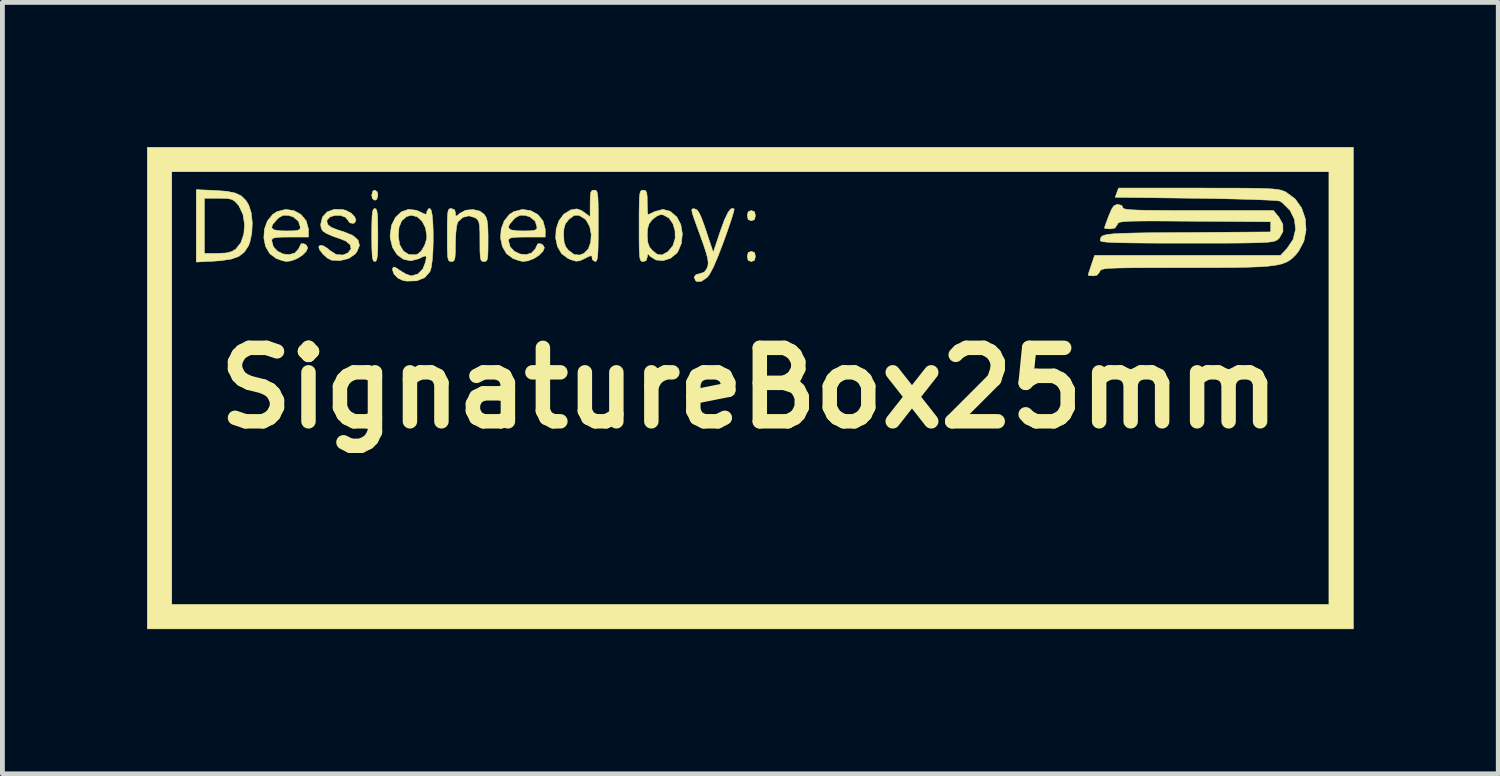
<source format=kicad_pcb>
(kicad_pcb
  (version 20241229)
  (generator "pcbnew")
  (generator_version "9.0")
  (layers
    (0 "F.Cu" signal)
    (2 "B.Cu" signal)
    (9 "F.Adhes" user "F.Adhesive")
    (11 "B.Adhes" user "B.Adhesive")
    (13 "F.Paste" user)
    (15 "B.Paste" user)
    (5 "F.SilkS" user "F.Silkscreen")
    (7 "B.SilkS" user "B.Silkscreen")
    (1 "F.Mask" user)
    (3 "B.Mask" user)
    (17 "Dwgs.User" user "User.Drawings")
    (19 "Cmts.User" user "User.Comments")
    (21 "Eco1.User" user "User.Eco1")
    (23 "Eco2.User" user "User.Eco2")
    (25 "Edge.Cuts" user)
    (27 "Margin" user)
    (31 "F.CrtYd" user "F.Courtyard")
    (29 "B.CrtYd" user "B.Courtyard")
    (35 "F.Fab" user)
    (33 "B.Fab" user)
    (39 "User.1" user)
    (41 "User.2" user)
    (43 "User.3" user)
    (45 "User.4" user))
  (footprint "SignatureBox25mm"
    (layer "F.Cu")
    (at 12.493 5)
    (property "Reference" "SignatureBox25mm" (at 0 0 0) (layer "F.SilkS") (effects (font (size 1.524 1.524) (thickness 0.3))))
    (attr through_hole)
    (fp_poly (pts (xy -7.717 -4.07) (xy -7.705 -4) (xy -7.727 -3.915) (xy -7.768 -3.895) (xy -7.819 -3.931) (xy -7.832 -4) (xy -7.81 -4.086) (xy -7.768 -4.106) (xy -7.717 -4.07)) (stroke (width 0.01) (type solid)) (fill yes) (layer "F.SilkS"))
    (fp_poly (pts (xy 0.109 -3.658) (xy 0.127 -3.577) (xy 0.107 -3.494) (xy 0.042 -3.471) (xy -0.024 -3.496) (xy -0.042 -3.577) (xy -0.022 -3.66) (xy 0.042 -3.683) (xy 0.109 -3.658)) (stroke (width 0.01) (type solid)) (fill yes) (layer "F.SilkS"))
    (fp_poly (pts (xy 0.109 -2.812) (xy 0.127 -2.731) (xy 0.107 -2.648) (xy 0.042 -2.625) (xy -0.024 -2.649) (xy -0.042 -2.731) (xy -0.022 -2.813) (xy 0.042 -2.836) (xy 0.109 -2.812)) (stroke (width 0.01) (type solid)) (fill yes) (layer "F.SilkS"))
    (fp_poly (pts (xy 12.531 4.995) (xy -12.488 4.995) (xy -12.488 -4.487) (xy -11.98 -4.487) (xy -11.98 4.487) (xy 12.023 4.487) (xy 12.023 -4.487) (xy -11.98 -4.487) (xy -12.488 -4.487) (xy -12.488 -4.995) (xy 12.531 -4.995) (xy 12.531 4.995)) (stroke (width 0.01) (type solid)) (fill yes) (layer "F.SilkS"))
    (fp_poly (pts (xy -7.742 -3.713) (xy -7.724 -3.668) (xy -7.712 -3.577) (xy -7.707 -3.429) (xy -7.705 -3.21) (xy -7.705 -3.175) (xy -7.706 -2.946) (xy -7.711 -2.789) (xy -7.722 -2.691) (xy -7.739 -2.641) (xy -7.764 -2.625) (xy -7.768 -2.625) (xy -7.795 -2.637) (xy -7.813 -2.682) (xy -7.824 -2.773) (xy -7.83 -2.921) (xy -7.832 -3.14) (xy -7.832 -3.175) (xy -7.83 -3.404) (xy -7.825 -3.561) (xy -7.815 -3.659) (xy -7.797 -3.709) (xy -7.772 -3.725) (xy -7.768 -3.725) (xy -7.742 -3.713)) (stroke (width 0.01) (type solid)) (fill yes) (layer "F.SilkS"))
    (fp_poly (pts (xy -11.076 -4.099) (xy -10.835 -4.081) (xy -10.661 -4.045) (xy -10.536 -3.985) (xy -10.443 -3.893) (xy -10.385 -3.799) (xy -10.332 -3.637) (xy -10.31 -3.431) (xy -10.32 -3.213) (xy -10.362 -3.019) (xy -10.389 -2.951) (xy -10.473 -2.823) (xy -10.587 -2.733) (xy -10.748 -2.675) (xy -10.97 -2.642) (xy -11.102 -2.633) (xy -11.472 -2.614) (xy -11.472 -3.937) (xy -11.303 -3.937) (xy -11.303 -2.794) (xy -11.034 -2.794) (xy -10.859 -2.802) (xy -10.74 -2.83) (xy -10.654 -2.881) (xy -10.547 -3.015) (xy -10.485 -3.196) (xy -10.47 -3.399) (xy -10.503 -3.601) (xy -10.585 -3.776) (xy -10.611 -3.81) (xy -10.674 -3.877) (xy -10.739 -3.916) (xy -10.831 -3.933) (xy -10.976 -3.937) (xy -11.01 -3.937) (xy -11.303 -3.937) (xy -11.472 -3.937) (xy -11.472 -4.116) (xy -11.076 -4.099)) (stroke (width 0.01) (type solid)) (fill yes) (layer "F.SilkS"))
    (fp_poly (pts (xy -0.321 -3.721) (xy -0.314 -3.715) (xy -0.321 -3.67) (xy -0.353 -3.56) (xy -0.406 -3.398) (xy -0.476 -3.197) (xy -0.531 -3.043) (xy -0.649 -2.734) (xy -0.748 -2.503) (xy -0.828 -2.354) (xy -0.873 -2.297) (xy -0.993 -2.215) (xy -1.086 -2.21) (xy -1.115 -2.23) (xy -1.145 -2.3) (xy -1.105 -2.355) (xy -1.036 -2.371) (xy -0.933 -2.405) (xy -0.88 -2.479) (xy -0.859 -2.538) (xy -0.853 -2.604) (xy -0.864 -2.69) (xy -0.896 -2.811) (xy -0.951 -2.979) (xy -1.033 -3.207) (xy -1.073 -3.315) (xy -1.14 -3.5) (xy -1.18 -3.62) (xy -1.194 -3.687) (xy -1.185 -3.716) (xy -1.154 -3.72) (xy -1.135 -3.718) (xy -1.089 -3.698) (xy -1.046 -3.645) (xy -0.998 -3.545) (xy -0.938 -3.384) (xy -0.896 -3.26) (xy -0.748 -2.815) (xy -0.602 -3.252) (xy -0.515 -3.49) (xy -0.44 -3.646) (xy -0.376 -3.722) (xy -0.321 -3.721)) (stroke (width 0.01) (type solid)) (fill yes) (layer "F.SilkS"))
    (fp_poly (pts (xy -8.436 -3.704) (xy -8.369 -3.686) (xy -8.261 -3.63) (xy -8.187 -3.556) (xy -8.159 -3.482) (xy -8.187 -3.428) (xy -8.214 -3.416) (xy -8.291 -3.428) (xy -8.32 -3.476) (xy -8.378 -3.545) (xy -8.477 -3.58) (xy -8.592 -3.582) (xy -8.694 -3.552) (xy -8.756 -3.492) (xy -8.763 -3.456) (xy -8.743 -3.392) (xy -8.676 -3.337) (xy -8.547 -3.284) (xy -8.415 -3.243) (xy -8.225 -3.166) (xy -8.115 -3.07) (xy -8.086 -2.957) (xy -8.14 -2.828) (xy -8.181 -2.777) (xy -8.311 -2.688) (xy -8.485 -2.645) (xy -8.667 -2.653) (xy -8.752 -2.697) (xy -8.843 -2.778) (xy -8.912 -2.868) (xy -8.932 -2.927) (xy -8.904 -2.963) (xy -8.834 -2.95) (xy -8.744 -2.894) (xy -8.703 -2.857) (xy -8.569 -2.77) (xy -8.427 -2.76) (xy -8.322 -2.807) (xy -8.261 -2.888) (xy -8.278 -2.972) (xy -8.367 -3.048) (xy -8.446 -3.082) (xy -8.641 -3.151) (xy -8.769 -3.206) (xy -8.844 -3.256) (xy -8.879 -3.311) (xy -8.89 -3.381) (xy -8.89 -3.401) (xy -8.854 -3.548) (xy -8.756 -3.654) (xy -8.611 -3.708) (xy -8.436 -3.704)) (stroke (width 0.01) (type solid)) (fill yes) (layer "F.SilkS"))
    (fp_poly (pts (xy -9.446 -3.681) (xy -9.297 -3.599) (xy -9.191 -3.468) (xy -9.145 -3.3) (xy -9.144 -3.278) (xy -9.144 -3.133) (xy -9.525 -3.133) (xy -9.707 -3.131) (xy -9.82 -3.123) (xy -9.881 -3.107) (xy -9.904 -3.079) (xy -9.906 -3.057) (xy -9.873 -2.932) (xy -9.787 -2.839) (xy -9.67 -2.782) (xy -9.544 -2.768) (xy -9.429 -2.801) (xy -9.348 -2.887) (xy -9.335 -2.921) (xy -9.296 -2.994) (xy -9.237 -2.993) (xy -9.192 -2.968) (xy -9.16 -2.911) (xy -9.191 -2.837) (xy -9.269 -2.758) (xy -9.377 -2.688) (xy -9.5 -2.64) (xy -9.605 -2.626) (xy -9.689 -2.644) (xy -9.802 -2.684) (xy -9.812 -2.688) (xy -9.948 -2.789) (xy -10.034 -2.937) (xy -10.07 -3.113) (xy -10.058 -3.297) (xy -10.048 -3.325) (xy -9.909 -3.325) (xy -9.857 -3.282) (xy -9.73 -3.263) (xy -9.61 -3.26) (xy -9.453 -3.262) (xy -9.363 -3.273) (xy -9.322 -3.298) (xy -9.313 -3.336) (xy -9.352 -3.461) (xy -9.459 -3.55) (xy -9.554 -3.581) (xy -9.664 -3.586) (xy -9.754 -3.539) (xy -9.797 -3.499) (xy -9.887 -3.395) (xy -9.909 -3.325) (xy -10.048 -3.325) (xy -9.996 -3.467) (xy -9.886 -3.603) (xy -9.797 -3.66) (xy -9.618 -3.706) (xy -9.446 -3.681)) (stroke (width 0.01) (type solid)) (fill yes) (layer "F.SilkS"))
    (fp_poly (pts (xy -6.111 -3.697) (xy -6.096 -3.634) (xy -6.092 -3.572) (xy -6.065 -3.573) (xy -6.008 -3.623) (xy -5.882 -3.689) (xy -5.731 -3.704) (xy -5.588 -3.67) (xy -5.499 -3.603) (xy -5.461 -3.544) (xy -5.437 -3.464) (xy -5.424 -3.346) (xy -5.419 -3.171) (xy -5.419 -3.064) (xy -5.42 -2.867) (xy -5.425 -2.74) (xy -5.437 -2.667) (xy -5.459 -2.634) (xy -5.494 -2.625) (xy -5.503 -2.625) (xy -5.542 -2.63) (xy -5.567 -2.658) (xy -5.58 -2.723) (xy -5.587 -2.841) (xy -5.588 -3.026) (xy -5.588 -3.047) (xy -5.589 -3.241) (xy -5.596 -3.368) (xy -5.611 -3.447) (xy -5.638 -3.495) (xy -5.682 -3.531) (xy -5.688 -3.535) (xy -5.815 -3.573) (xy -5.943 -3.541) (xy -6.043 -3.449) (xy -6.051 -3.434) (xy -6.072 -3.354) (xy -6.087 -3.215) (xy -6.095 -3.044) (xy -6.096 -2.987) (xy -6.098 -2.812) (xy -6.105 -2.704) (xy -6.122 -2.648) (xy -6.152 -2.627) (xy -6.181 -2.625) (xy -6.215 -2.629) (xy -6.239 -2.652) (xy -6.254 -2.707) (xy -6.262 -2.807) (xy -6.265 -2.966) (xy -6.265 -3.175) (xy -6.265 -3.4) (xy -6.261 -3.553) (xy -6.253 -3.649) (xy -6.237 -3.701) (xy -6.213 -3.722) (xy -6.181 -3.725) (xy -6.111 -3.697)) (stroke (width 0.01) (type solid)) (fill yes) (layer "F.SilkS"))
    (fp_poly (pts (xy -4.535 -3.681) (xy -4.386 -3.599) (xy -4.28 -3.468) (xy -4.234 -3.3) (xy -4.233 -3.278) (xy -4.233 -3.133) (xy -4.614 -3.133) (xy -4.796 -3.131) (xy -4.91 -3.123) (xy -4.97 -3.107) (xy -4.993 -3.079) (xy -4.995 -3.057) (xy -4.962 -2.932) (xy -4.876 -2.839) (xy -4.759 -2.782) (xy -4.633 -2.768) (xy -4.519 -2.801) (xy -4.438 -2.887) (xy -4.424 -2.921) (xy -4.386 -2.994) (xy -4.326 -2.993) (xy -4.282 -2.968) (xy -4.25 -2.911) (xy -4.281 -2.837) (xy -4.358 -2.758) (xy -4.466 -2.688) (xy -4.589 -2.64) (xy -4.695 -2.626) (xy -4.778 -2.644) (xy -4.891 -2.684) (xy -4.902 -2.688) (xy -5.037 -2.789) (xy -5.123 -2.937) (xy -5.16 -3.113) (xy -5.147 -3.297) (xy -5.137 -3.325) (xy -4.998 -3.325) (xy -4.947 -3.282) (xy -4.819 -3.263) (xy -4.699 -3.26) (xy -4.542 -3.262) (xy -4.452 -3.273) (xy -4.412 -3.298) (xy -4.403 -3.336) (xy -4.441 -3.461) (xy -4.548 -3.55) (xy -4.643 -3.581) (xy -4.753 -3.586) (xy -4.844 -3.539) (xy -4.887 -3.499) (xy -4.976 -3.395) (xy -4.998 -3.325) (xy -5.137 -3.325) (xy -5.085 -3.467) (xy -4.975 -3.603) (xy -4.886 -3.66) (xy -4.708 -3.706) (xy -4.535 -3.681)) (stroke (width 0.01) (type solid)) (fill yes) (layer "F.SilkS"))
    (fp_poly (pts (xy -3.187 -4.103) (xy -3.165 -4.084) (xy -3.15 -4.038) (xy -3.14 -3.954) (xy -3.135 -3.82) (xy -3.133 -3.624) (xy -3.133 -3.365) (xy -3.134 -3.094) (xy -3.137 -2.897) (xy -3.144 -2.762) (xy -3.155 -2.679) (xy -3.172 -2.637) (xy -3.194 -2.625) (xy -3.196 -2.625) (xy -3.252 -2.659) (xy -3.26 -2.688) (xy -3.264 -2.737) (xy -3.292 -2.745) (xy -3.365 -2.714) (xy -3.414 -2.688) (xy -3.515 -2.641) (xy -3.595 -2.632) (xy -3.692 -2.66) (xy -3.759 -2.688) (xy -3.894 -2.789) (xy -3.98 -2.937) (xy -4.017 -3.112) (xy -4.013 -3.175) (xy -3.852 -3.175) (xy -3.842 -3.026) (xy -3.805 -2.925) (xy -3.748 -2.856) (xy -3.631 -2.769) (xy -3.516 -2.76) (xy -3.43 -2.794) (xy -3.339 -2.886) (xy -3.289 -3.027) (xy -3.279 -3.19) (xy -3.31 -3.35) (xy -3.382 -3.48) (xy -3.418 -3.514) (xy -3.534 -3.585) (xy -3.631 -3.583) (xy -3.735 -3.507) (xy -3.748 -3.494) (xy -3.816 -3.407) (xy -3.846 -3.299) (xy -3.852 -3.175) (xy -4.013 -3.175) (xy -4.007 -3.296) (xy -3.951 -3.467) (xy -3.85 -3.606) (xy -3.707 -3.694) (xy -3.691 -3.699) (xy -3.58 -3.717) (xy -3.486 -3.686) (xy -3.427 -3.646) (xy -3.302 -3.553) (xy -3.302 -3.83) (xy -3.299 -3.979) (xy -3.288 -4.063) (xy -3.261 -4.099) (xy -3.217 -4.106) (xy -3.187 -4.103)) (stroke (width 0.01) (type solid)) (fill yes) (layer "F.SilkS"))
    (fp_poly (pts (xy -2.154 -4.097) (xy -2.128 -4.056) (xy -2.118 -3.965) (xy -2.117 -3.852) (xy -2.114 -3.718) (xy -2.109 -3.626) (xy -2.102 -3.598) (xy -2.058 -3.615) (xy -1.97 -3.657) (xy -1.957 -3.663) (xy -1.792 -3.707) (xy -1.639 -3.666) (xy -1.503 -3.548) (xy -1.42 -3.391) (xy -1.389 -3.199) (xy -1.409 -3.002) (xy -1.479 -2.834) (xy -1.504 -2.8) (xy -1.636 -2.692) (xy -1.788 -2.644) (xy -1.935 -2.657) (xy -2.056 -2.733) (xy -2.084 -2.769) (xy -2.108 -2.772) (xy -2.116 -2.72) (xy -2.141 -2.642) (xy -2.201 -2.625) (xy -2.232 -2.628) (xy -2.254 -2.647) (xy -2.269 -2.693) (xy -2.278 -2.777) (xy -2.284 -2.911) (xy -2.286 -3.107) (xy -2.286 -3.175) (xy -2.117 -3.175) (xy -2.107 -3.026) (xy -2.07 -2.925) (xy -2.013 -2.856) (xy -1.907 -2.772) (xy -1.811 -2.762) (xy -1.699 -2.823) (xy -1.679 -2.838) (xy -1.584 -2.956) (xy -1.538 -3.104) (xy -1.54 -3.262) (xy -1.584 -3.409) (xy -1.665 -3.526) (xy -1.781 -3.591) (xy -1.841 -3.598) (xy -1.915 -3.57) (xy -2.005 -3.502) (xy -2.013 -3.494) (xy -2.08 -3.407) (xy -2.111 -3.299) (xy -2.117 -3.175) (xy -2.286 -3.175) (xy -2.286 -3.365) (xy -2.286 -3.632) (xy -2.283 -3.826) (xy -2.278 -3.958) (xy -2.269 -4.04) (xy -2.253 -4.085) (xy -2.231 -4.103) (xy -2.201 -4.106) (xy -2.154 -4.097)) (stroke (width 0.01) (type solid)) (fill yes) (layer "F.SilkS"))
    (fp_poly (pts (xy -6.598 -3.686) (xy -6.577 -3.58) (xy -6.564 -3.424) (xy -6.557 -3.235) (xy -6.557 -3.032) (xy -6.563 -2.83) (xy -6.577 -2.649) (xy -6.597 -2.504) (xy -6.624 -2.415) (xy -6.733 -2.291) (xy -6.897 -2.225) (xy -7.106 -2.219) (xy -7.182 -2.231) (xy -7.288 -2.28) (xy -7.37 -2.364) (xy -7.403 -2.457) (xy -7.401 -2.475) (xy -7.382 -2.511) (xy -7.337 -2.501) (xy -7.247 -2.44) (xy -7.241 -2.436) (xy -7.128 -2.368) (xy -7.025 -2.331) (xy -7.003 -2.328) (xy -6.875 -2.367) (xy -6.772 -2.47) (xy -6.716 -2.614) (xy -6.7 -2.708) (xy -6.712 -2.743) (xy -6.768 -2.726) (xy -6.855 -2.683) (xy -7.021 -2.64) (xy -7.175 -2.672) (xy -7.306 -2.768) (xy -7.401 -2.918) (xy -7.448 -3.111) (xy -7.45 -3.155) (xy -7.281 -3.155) (xy -7.253 -2.975) (xy -7.176 -2.843) (xy -7.062 -2.769) (xy -6.923 -2.765) (xy -6.881 -2.778) (xy -6.804 -2.843) (xy -6.736 -2.958) (xy -6.694 -3.089) (xy -6.689 -3.145) (xy -6.715 -3.32) (xy -6.786 -3.46) (xy -6.888 -3.553) (xy -7.008 -3.585) (xy -7.107 -3.559) (xy -7.21 -3.471) (xy -7.266 -3.335) (xy -7.281 -3.155) (xy -7.45 -3.155) (xy -7.451 -3.175) (xy -7.421 -3.379) (xy -7.338 -3.543) (xy -7.217 -3.656) (xy -7.068 -3.708) (xy -6.904 -3.688) (xy -6.855 -3.667) (xy -6.752 -3.617) (xy -6.704 -3.604) (xy -6.69 -3.627) (xy -6.689 -3.662) (xy -6.655 -3.718) (xy -6.625 -3.725) (xy -6.598 -3.686)) (stroke (width 0.01) (type solid)) (fill yes) (layer "F.SilkS"))
    (fp_poly (pts (xy 9.733 -4.148) (xy 10.076 -4.148) (xy 10.352 -4.146) (xy 10.569 -4.143) (xy 10.736 -4.137) (xy 10.862 -4.13) (xy 10.954 -4.12) (xy 11.023 -4.107) (xy 11.076 -4.09) (xy 11.123 -4.07) (xy 11.135 -4.063) (xy 11.324 -3.923) (xy 11.457 -3.734) (xy 11.533 -3.513) (xy 11.549 -3.277) (xy 11.503 -3.044) (xy 11.39 -2.832) (xy 11.331 -2.761) (xy 11.27 -2.7) (xy 11.207 -2.65) (xy 11.134 -2.609) (xy 11.042 -2.575) (xy 10.925 -2.55) (xy 10.774 -2.53) (xy 10.581 -2.516) (xy 10.338 -2.507) (xy 10.038 -2.501) (xy 9.672 -2.499) (xy 9.232 -2.498) (xy 9.035 -2.498) (xy 8.606 -2.498) (xy 8.253 -2.497) (xy 7.969 -2.496) (xy 7.747 -2.493) (xy 7.579 -2.489) (xy 7.457 -2.483) (xy 7.373 -2.474) (xy 7.32 -2.463) (xy 7.29 -2.449) (xy 7.276 -2.432) (xy 7.269 -2.413) (xy 7.214 -2.343) (xy 7.137 -2.328) (xy 7.056 -2.333) (xy 7.027 -2.342) (xy 7.04 -2.386) (xy 7.072 -2.484) (xy 7.095 -2.554) (xy 7.162 -2.752) (xy 11.018 -2.752) (xy 11.155 -2.897) (xy 11.281 -3.085) (xy 11.331 -3.291) (xy 11.309 -3.497) (xy 11.216 -3.687) (xy 11.055 -3.846) (xy 11.007 -3.878) (xy 10.952 -3.887) (xy 10.821 -3.896) (xy 10.625 -3.905) (xy 10.373 -3.914) (xy 10.074 -3.922) (xy 9.737 -3.93) (xy 9.373 -3.936) (xy 9.266 -3.937) (xy 7.589 -3.958) (xy 7.624 -4.053) (xy 7.66 -4.149) (xy 9.314 -4.149) (xy 9.733 -4.148)) (stroke (width 0.01) (type solid)) (fill yes) (layer "F.SilkS"))
    (fp_poly (pts (xy 7.728 -3.787) (xy 7.747 -3.747) (xy 7.756 -3.73) (xy 7.787 -3.716) (xy 7.848 -3.706) (xy 7.947 -3.697) (xy 8.092 -3.691) (xy 8.29 -3.687) (xy 8.549 -3.685) (xy 8.877 -3.683) (xy 9.282 -3.683) (xy 9.31 -3.683) (xy 10.872 -3.683) (xy 10.985 -3.548) (xy 11.067 -3.399) (xy 11.07 -3.248) (xy 10.995 -3.113) (xy 10.96 -3.08) (xy 10.932 -3.062) (xy 10.893 -3.047) (xy 10.834 -3.035) (xy 10.747 -3.025) (xy 10.625 -3.018) (xy 10.46 -3.013) (xy 10.243 -3.009) (xy 9.967 -3.007) (xy 9.625 -3.006) (xy 9.208 -3.006) (xy 9.076 -3.006) (xy 8.621 -3.006) (xy 8.244 -3.008) (xy 7.94 -3.011) (xy 7.701 -3.015) (xy 7.523 -3.021) (xy 7.399 -3.029) (xy 7.322 -3.039) (xy 7.286 -3.051) (xy 7.282 -3.059) (xy 7.284 -3.097) (xy 7.296 -3.128) (xy 7.323 -3.154) (xy 7.375 -3.174) (xy 7.457 -3.19) (xy 7.579 -3.202) (xy 7.747 -3.21) (xy 7.968 -3.216) (xy 8.251 -3.221) (xy 8.603 -3.224) (xy 9.031 -3.227) (xy 9.083 -3.227) (xy 10.816 -3.239) (xy 10.816 -3.45) (xy 9.235 -3.461) (xy 8.828 -3.464) (xy 8.498 -3.466) (xy 8.235 -3.466) (xy 8.034 -3.464) (xy 7.884 -3.461) (xy 7.778 -3.454) (xy 7.709 -3.445) (xy 7.667 -3.433) (xy 7.645 -3.417) (xy 7.635 -3.396) (xy 7.632 -3.387) (xy 7.583 -3.32) (xy 7.488 -3.302) (xy 7.401 -3.307) (xy 7.366 -3.319) (xy 7.38 -3.365) (xy 7.416 -3.466) (xy 7.457 -3.573) (xy 7.515 -3.71) (xy 7.565 -3.782) (xy 7.623 -3.808) (xy 7.647 -3.81) (xy 7.728 -3.787)) (stroke (width 0.01) (type solid)) (fill yes) (layer "F.SilkS")))
  (gr_rect
    (start -3 -3)
    (end 28.029 13.001)
    (stroke (width 0.1) (type default))
    (fill no)
    (layer "Edge.Cuts")))
</source>
